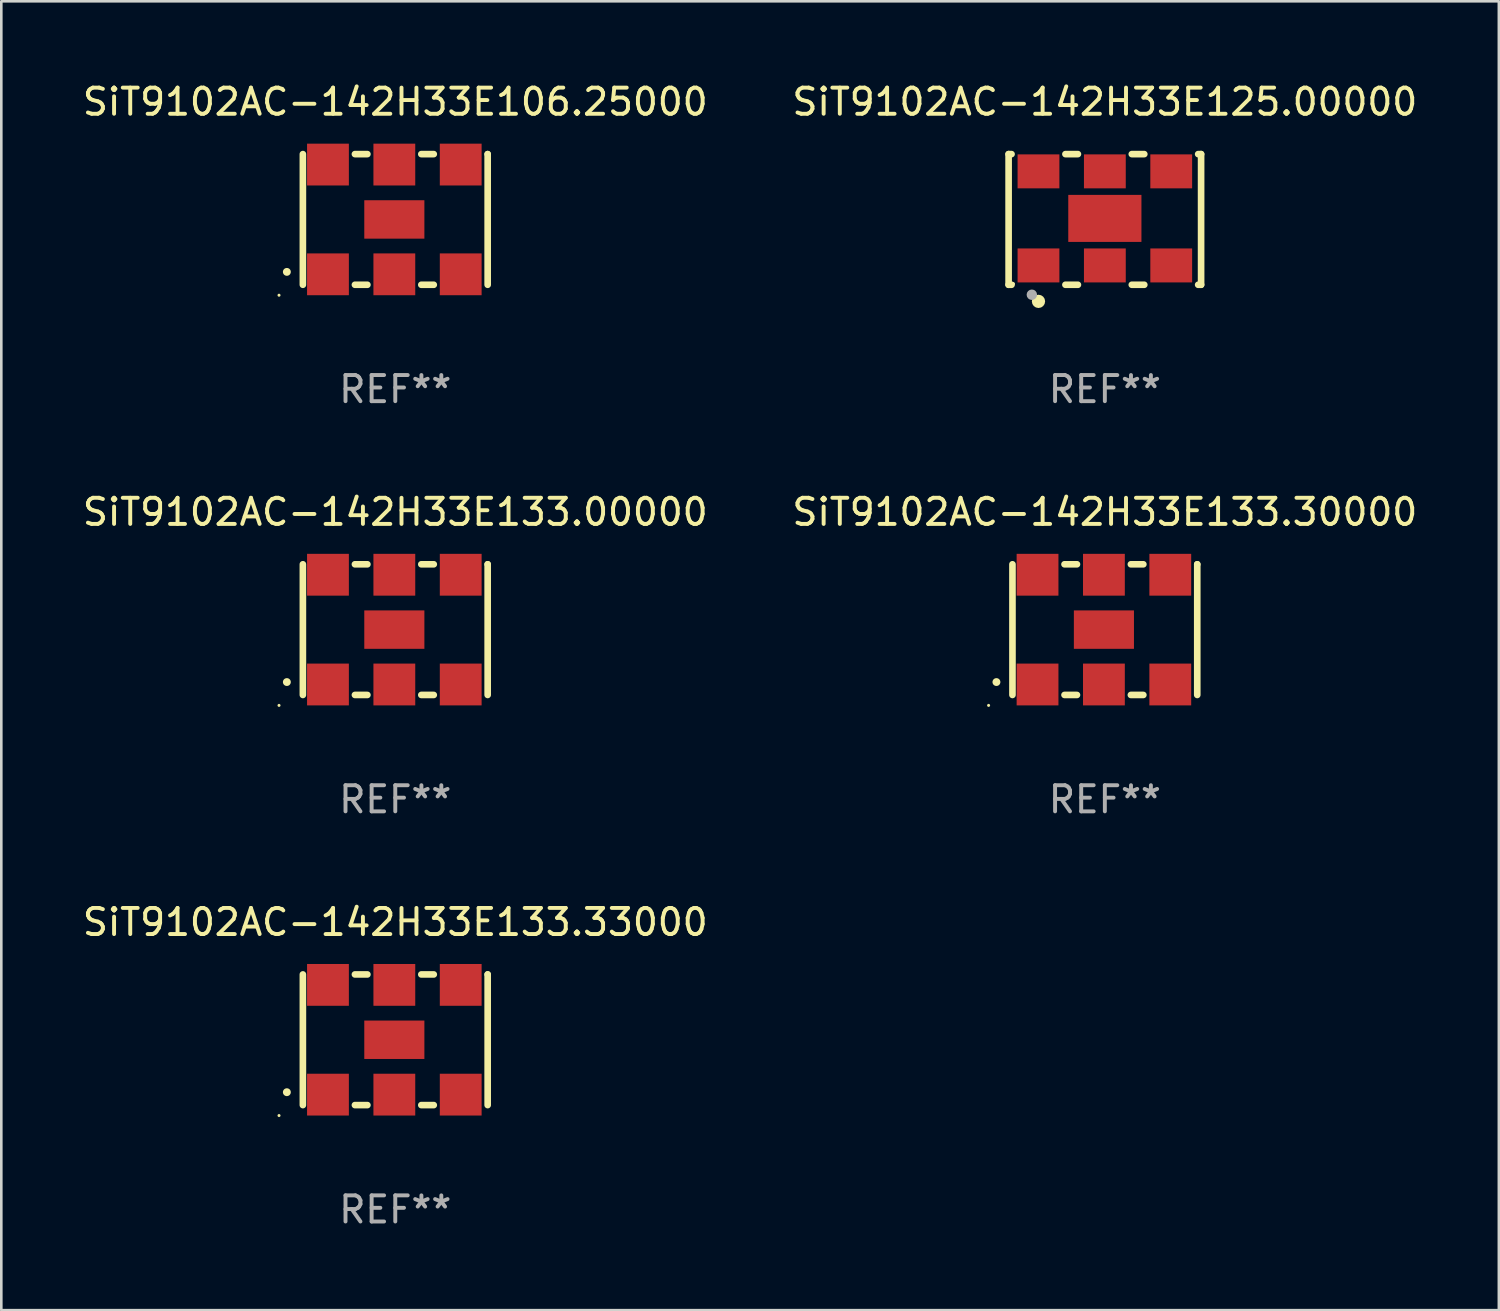
<source format=kicad_pcb>
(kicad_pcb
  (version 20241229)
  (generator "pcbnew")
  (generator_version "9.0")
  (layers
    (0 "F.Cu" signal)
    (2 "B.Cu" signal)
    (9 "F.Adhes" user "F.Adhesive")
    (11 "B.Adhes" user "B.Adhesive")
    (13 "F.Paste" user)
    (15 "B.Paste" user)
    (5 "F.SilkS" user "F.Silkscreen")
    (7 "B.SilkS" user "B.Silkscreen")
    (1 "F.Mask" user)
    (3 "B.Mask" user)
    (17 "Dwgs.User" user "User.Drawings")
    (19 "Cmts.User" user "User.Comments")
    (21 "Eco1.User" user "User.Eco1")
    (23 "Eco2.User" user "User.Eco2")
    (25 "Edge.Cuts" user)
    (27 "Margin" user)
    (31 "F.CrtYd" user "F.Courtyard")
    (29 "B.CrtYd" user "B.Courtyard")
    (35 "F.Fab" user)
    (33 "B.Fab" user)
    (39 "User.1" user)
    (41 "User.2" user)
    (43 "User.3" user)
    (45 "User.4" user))
  (footprint "SiT9102AC-142H33E125.00000"
    (layer "F.Cu")
    (at 39.232 5.348)
    (property "Reference" "SiT9102AC-142H33E125.00000" (at 0 -4.5 0) (layer "F.SilkS") (effects (font (size 1 1) (thickness 0.15))))
    (attr through_hole)
    (fp_line (start -3.683 -2.5) (end -3.571 -2.5) (stroke (width 0.254) (type solid)) (layer "F.SilkS"))
    (fp_line (start -3.683 2.5) (end -3.683 -2.5) (stroke (width 0.254) (type solid)) (layer "F.SilkS"))
    (fp_line (start -3.683 2.5) (end -3.571 2.5) (stroke (width 0.254) (type solid)) (layer "F.SilkS"))
    (fp_line (start -1.509 -2.5) (end -1.031 -2.5) (stroke (width 0.254) (type solid)) (layer "F.SilkS"))
    (fp_line (start -1.509 2.5) (end -1.031 2.5) (stroke (width 0.254) (type solid)) (layer "F.SilkS"))
    (fp_line (start 1.031 -2.5) (end 1.509 -2.5) (stroke (width 0.254) (type solid)) (layer "F.SilkS"))
    (fp_line (start 1.031 2.5) (end 1.509 2.5) (stroke (width 0.254) (type solid)) (layer "F.SilkS"))
    (fp_line (start 3.571 -2.5) (end 3.683 -2.5) (stroke (width 0.254) (type solid)) (layer "F.SilkS"))
    (fp_line (start 3.571 2.5) (end 3.683 2.5) (stroke (width 0.254) (type solid)) (layer "F.SilkS"))
    (fp_line (start 3.683 2.5) (end 3.683 -2.5) (stroke (width 0.254) (type solid)) (layer "F.SilkS"))
    (fp_circle (center -3.5 2.46) (end -3.47 2.46) (stroke (width 0.06) (type solid)) (fill no) (layer "F.SilkS"))
    (fp_circle (center -2.54 3.135) (end -2.413 3.135) (stroke (width 0.254) (type solid)) (fill no) (layer "F.SilkS"))
    (fp_circle (center -2.794 2.881) (end -2.694 2.881) (stroke (width 0.2) (type solid)) (fill no) (layer "F.Fab"))
    (fp_text user "REF**" (at 0 6.5 0) (layer "F.Fab") (effects (font (size 1 1) (thickness 0.15))))
    (pad "1" smd rect (at -2.54 1.76) (size 1.6 1.3) (layers "F.Cu" "F.Mask" "F.Paste"))
    (pad "2" smd rect (at 0 1.76) (size 1.6 1.3) (layers "F.Cu" "F.Mask" "F.Paste"))
    (pad "3" smd rect (at 2.54 1.76) (size 1.6 1.3) (layers "F.Cu" "F.Mask" "F.Paste"))
    (pad "4" smd rect (at 2.54 -1.84) (size 1.6 1.3) (layers "F.Cu" "F.Mask" "F.Paste"))
    (pad "5" smd rect (at 0 -1.84) (size 1.6 1.3) (layers "F.Cu" "F.Mask" "F.Paste"))
    (pad "6" smd rect (at -2.54 -1.84) (size 1.6 1.3) (layers "F.Cu" "F.Mask" "F.Paste"))
    (pad "7" smd rect (at 0 -0.04) (size 2.8 1.8) (layers "F.Cu" "F.Mask" "F.Paste")))
  (footprint "SiT9102AC-142H33E133.33000"
    (layer "F.Cu")
    (at 12.077 36.741)
    (property "Reference" "SiT9102AC-142H33E133.33000" (at 0 -4.5 0) (layer "F.SilkS") (effects (font (size 1 1) (thickness 0.15))))
    (attr through_hole)
    (fp_line (start -3.536 -2.5) (end -3.536 2.5) (stroke (width 0.254) (type solid)) (layer "F.SilkS"))
    (fp_line (start -1.544 2.5) (end -1.067 2.5) (stroke (width 0.254) (type solid)) (layer "F.SilkS"))
    (fp_line (start -1.067 -2.5) (end -1.544 -2.5) (stroke (width 0.254) (type solid)) (layer "F.SilkS"))
    (fp_line (start 0.996 2.5) (end 1.473 2.5) (stroke (width 0.254) (type solid)) (layer "F.SilkS"))
    (fp_line (start 1.473 -2.5) (end 0.996 -2.5) (stroke (width 0.254) (type solid)) (layer "F.SilkS"))
    (fp_line (start 3.536 -2.5) (end 3.536 -2.5) (stroke (width 0.254) (type solid)) (layer "F.SilkS"))
    (fp_line (start 3.536 2.5) (end 3.536 -2.5) (stroke (width 0.254) (type solid)) (layer "F.SilkS"))
    (fp_arc (start -4.150432 2.006604) (mid -4.149162 2.006599) (end -4.147892 2.006604) (stroke (width 0.3) (type solid)) (layer "F.SilkS"))
    (fp_circle (center -4.449 2.9) (end -4.419 2.9) (stroke (width 0.06) (type solid)) (fill no) (layer "F.SilkS"))
    (fp_text user "REF**" (at 0 6.5 0) (layer "F.Fab") (effects (font (size 1 1) (thickness 0.15))))
    (pad "1" smd rect (at -2.576 2.1) (size 1.6 1.6) (layers "F.Cu" "F.Mask" "F.Paste"))
    (pad "2" smd rect (at -0.036 2.1) (size 1.6 1.6) (layers "F.Cu" "F.Mask" "F.Paste"))
    (pad "3" smd rect (at 2.504 2.1) (size 1.6 1.6) (layers "F.Cu" "F.Mask" "F.Paste"))
    (pad "4" smd rect (at 2.504 -2.1) (size 1.6 1.6) (layers "F.Cu" "F.Mask" "F.Paste"))
    (pad "5" smd rect (at -0.036 -2.1) (size 1.6 1.6) (layers "F.Cu" "F.Mask" "F.Paste"))
    (pad "6" smd rect (at -2.576 -2.1) (size 1.6 1.6) (layers "F.Cu" "F.Mask" "F.Paste"))
    (pad "7" smd rect (at -0.036 0) (size 2.3 1.47) (layers "F.Cu" "F.Mask" "F.Paste")))
  (footprint "SiT9102AC-142H33E133.30000"
    (layer "F.Cu")
    (at 39.232 21.045)
    (property "Reference" "SiT9102AC-142H33E133.30000" (at 0 -4.5 0) (layer "F.SilkS") (effects (font (size 1 1) (thickness 0.15))))
    (attr through_hole)
    (fp_line (start -3.536 -2.5) (end -3.536 2.5) (stroke (width 0.254) (type solid)) (layer "F.SilkS"))
    (fp_line (start -1.544 2.5) (end -1.067 2.5) (stroke (width 0.254) (type solid)) (layer "F.SilkS"))
    (fp_line (start -1.067 -2.5) (end -1.544 -2.5) (stroke (width 0.254) (type solid)) (layer "F.SilkS"))
    (fp_line (start 0.996 2.5) (end 1.473 2.5) (stroke (width 0.254) (type solid)) (layer "F.SilkS"))
    (fp_line (start 1.473 -2.5) (end 0.996 -2.5) (stroke (width 0.254) (type solid)) (layer "F.SilkS"))
    (fp_line (start 3.536 -2.5) (end 3.536 -2.5) (stroke (width 0.254) (type solid)) (layer "F.SilkS"))
    (fp_line (start 3.536 2.5) (end 3.536 -2.5) (stroke (width 0.254) (type solid)) (layer "F.SilkS"))
    (fp_arc (start -4.150432 2.006604) (mid -4.149162 2.006599) (end -4.147892 2.006604) (stroke (width 0.3) (type solid)) (layer "F.SilkS"))
    (fp_circle (center -4.449 2.9) (end -4.419 2.9) (stroke (width 0.06) (type solid)) (fill no) (layer "F.SilkS"))
    (fp_text user "REF**" (at 0 6.5 0) (layer "F.Fab") (effects (font (size 1 1) (thickness 0.15))))
    (pad "1" smd rect (at -2.576 2.1) (size 1.6 1.6) (layers "F.Cu" "F.Mask" "F.Paste"))
    (pad "2" smd rect (at -0.036 2.1) (size 1.6 1.6) (layers "F.Cu" "F.Mask" "F.Paste"))
    (pad "3" smd rect (at 2.504 2.1) (size 1.6 1.6) (layers "F.Cu" "F.Mask" "F.Paste"))
    (pad "4" smd rect (at 2.504 -2.1) (size 1.6 1.6) (layers "F.Cu" "F.Mask" "F.Paste"))
    (pad "5" smd rect (at -0.036 -2.1) (size 1.6 1.6) (layers "F.Cu" "F.Mask" "F.Paste"))
    (pad "6" smd rect (at -2.576 -2.1) (size 1.6 1.6) (layers "F.Cu" "F.Mask" "F.Paste"))
    (pad "7" smd rect (at -0.036 0) (size 2.3 1.47) (layers "F.Cu" "F.Mask" "F.Paste")))
  (footprint "SiT9102AC-142H33E106.25000"
    (layer "F.Cu")
    (at 12.077 5.348)
    (property "Reference" "SiT9102AC-142H33E106.25000" (at 0 -4.5 0) (layer "F.SilkS") (effects (font (size 1 1) (thickness 0.15))))
    (attr through_hole)
    (fp_line (start -3.536 -2.5) (end -3.536 2.5) (stroke (width 0.254) (type solid)) (layer "F.SilkS"))
    (fp_line (start -1.544 2.5) (end -1.067 2.5) (stroke (width 0.254) (type solid)) (layer "F.SilkS"))
    (fp_line (start -1.067 -2.5) (end -1.544 -2.5) (stroke (width 0.254) (type solid)) (layer "F.SilkS"))
    (fp_line (start 0.996 2.5) (end 1.473 2.5) (stroke (width 0.254) (type solid)) (layer "F.SilkS"))
    (fp_line (start 1.473 -2.5) (end 0.996 -2.5) (stroke (width 0.254) (type solid)) (layer "F.SilkS"))
    (fp_line (start 3.536 -2.5) (end 3.536 -2.5) (stroke (width 0.254) (type solid)) (layer "F.SilkS"))
    (fp_line (start 3.536 2.5) (end 3.536 -2.5) (stroke (width 0.254) (type solid)) (layer "F.SilkS"))
    (fp_arc (start -4.150432 2.006604) (mid -4.149162 2.006599) (end -4.147892 2.006604) (stroke (width 0.3) (type solid)) (layer "F.SilkS"))
    (fp_circle (center -4.449 2.9) (end -4.419 2.9) (stroke (width 0.06) (type solid)) (fill no) (layer "F.SilkS"))
    (fp_text user "REF**" (at 0 6.5 0) (layer "F.Fab") (effects (font (size 1 1) (thickness 0.15))))
    (pad "1" smd rect (at -2.576 2.1) (size 1.6 1.6) (layers "F.Cu" "F.Mask" "F.Paste"))
    (pad "2" smd rect (at -0.036 2.1) (size 1.6 1.6) (layers "F.Cu" "F.Mask" "F.Paste"))
    (pad "3" smd rect (at 2.504 2.1) (size 1.6 1.6) (layers "F.Cu" "F.Mask" "F.Paste"))
    (pad "4" smd rect (at 2.504 -2.1) (size 1.6 1.6) (layers "F.Cu" "F.Mask" "F.Paste"))
    (pad "5" smd rect (at -0.036 -2.1) (size 1.6 1.6) (layers "F.Cu" "F.Mask" "F.Paste"))
    (pad "6" smd rect (at -2.576 -2.1) (size 1.6 1.6) (layers "F.Cu" "F.Mask" "F.Paste"))
    (pad "7" smd rect (at -0.036 0) (size 2.3 1.47) (layers "F.Cu" "F.Mask" "F.Paste")))
  (footprint "SiT9102AC-142H33E133.00000"
    (layer "F.Cu")
    (at 12.077 21.045)
    (property "Reference" "SiT9102AC-142H33E133.00000" (at 0 -4.5 0) (layer "F.SilkS") (effects (font (size 1 1) (thickness 0.15))))
    (attr through_hole)
    (fp_line (start -3.536 -2.5) (end -3.536 2.5) (stroke (width 0.254) (type solid)) (layer "F.SilkS"))
    (fp_line (start -1.544 2.5) (end -1.067 2.5) (stroke (width 0.254) (type solid)) (layer "F.SilkS"))
    (fp_line (start -1.067 -2.5) (end -1.544 -2.5) (stroke (width 0.254) (type solid)) (layer "F.SilkS"))
    (fp_line (start 0.996 2.5) (end 1.473 2.5) (stroke (width 0.254) (type solid)) (layer "F.SilkS"))
    (fp_line (start 1.473 -2.5) (end 0.996 -2.5) (stroke (width 0.254) (type solid)) (layer "F.SilkS"))
    (fp_line (start 3.536 -2.5) (end 3.536 -2.5) (stroke (width 0.254) (type solid)) (layer "F.SilkS"))
    (fp_line (start 3.536 2.5) (end 3.536 -2.5) (stroke (width 0.254) (type solid)) (layer "F.SilkS"))
    (fp_arc (start -4.150432 2.006604) (mid -4.149162 2.006599) (end -4.147892 2.006604) (stroke (width 0.3) (type solid)) (layer "F.SilkS"))
    (fp_circle (center -4.449 2.9) (end -4.419 2.9) (stroke (width 0.06) (type solid)) (fill no) (layer "F.SilkS"))
    (fp_text user "REF**" (at 0 6.5 0) (layer "F.Fab") (effects (font (size 1 1) (thickness 0.15))))
    (pad "1" smd rect (at -2.576 2.1) (size 1.6 1.6) (layers "F.Cu" "F.Mask" "F.Paste"))
    (pad "2" smd rect (at -0.036 2.1) (size 1.6 1.6) (layers "F.Cu" "F.Mask" "F.Paste"))
    (pad "3" smd rect (at 2.504 2.1) (size 1.6 1.6) (layers "F.Cu" "F.Mask" "F.Paste"))
    (pad "4" smd rect (at 2.504 -2.1) (size 1.6 1.6) (layers "F.Cu" "F.Mask" "F.Paste"))
    (pad "5" smd rect (at -0.036 -2.1) (size 1.6 1.6) (layers "F.Cu" "F.Mask" "F.Paste"))
    (pad "6" smd rect (at -2.576 -2.1) (size 1.6 1.6) (layers "F.Cu" "F.Mask" "F.Paste"))
    (pad "7" smd rect (at -0.036 0) (size 2.3 1.47) (layers "F.Cu" "F.Mask" "F.Paste")))
  (gr_rect
    (start -3 -3)
    (end 54.31 47.09)
    (stroke (width 0.1) (type default))
    (fill no)
    (layer "Edge.Cuts")))
</source>
